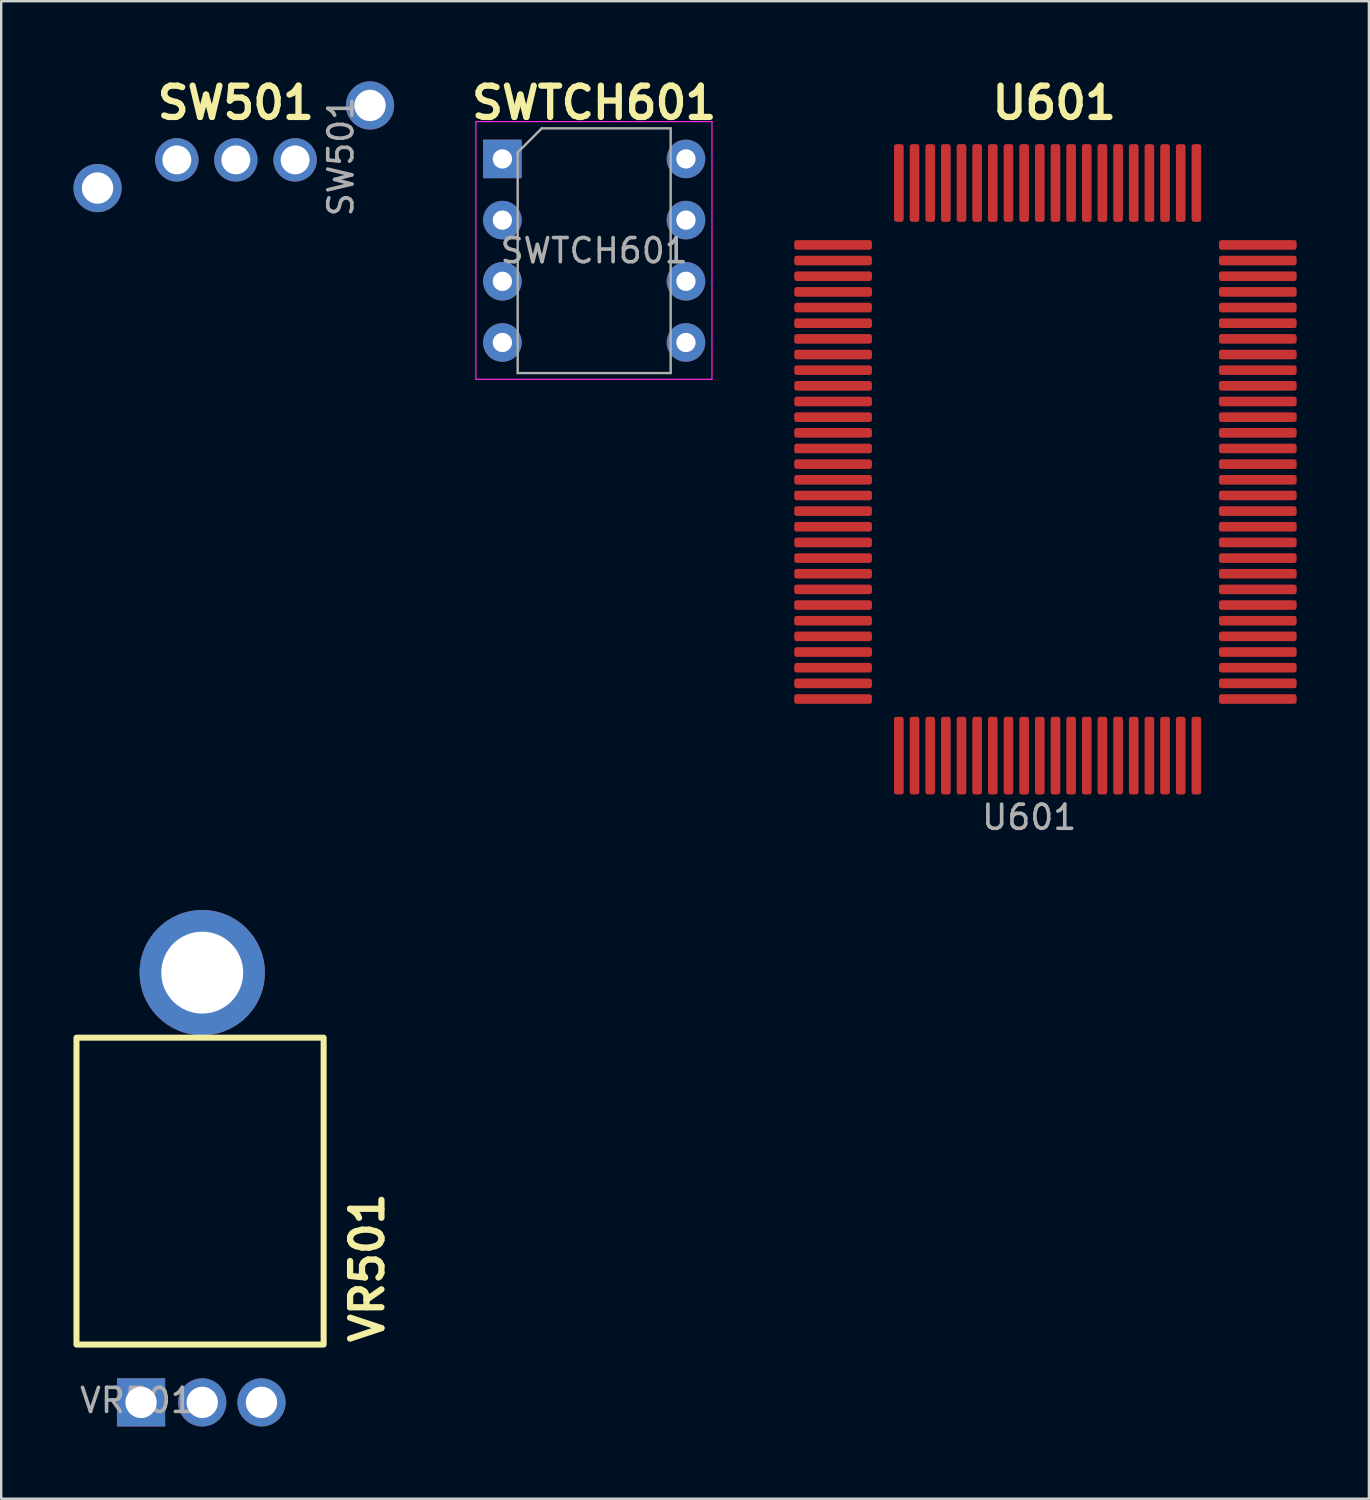
<source format=kicad_pcb>
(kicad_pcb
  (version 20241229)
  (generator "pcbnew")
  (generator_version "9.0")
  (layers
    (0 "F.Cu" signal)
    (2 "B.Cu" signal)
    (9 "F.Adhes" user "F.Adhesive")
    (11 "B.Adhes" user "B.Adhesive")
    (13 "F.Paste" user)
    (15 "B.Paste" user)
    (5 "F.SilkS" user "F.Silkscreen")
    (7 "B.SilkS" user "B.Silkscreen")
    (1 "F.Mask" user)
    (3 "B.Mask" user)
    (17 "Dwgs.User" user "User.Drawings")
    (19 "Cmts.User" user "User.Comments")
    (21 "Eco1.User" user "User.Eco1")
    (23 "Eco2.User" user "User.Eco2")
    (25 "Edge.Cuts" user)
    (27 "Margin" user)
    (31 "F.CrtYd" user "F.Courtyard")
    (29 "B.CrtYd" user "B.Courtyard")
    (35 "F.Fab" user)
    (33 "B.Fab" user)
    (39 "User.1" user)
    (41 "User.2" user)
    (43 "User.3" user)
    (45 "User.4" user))
  (footprint "VR501"
    (layer "F.Cu")
    (at 2.695 55.055)
    (property "Reference" "VR501" (at 9.5 -5.48 90) (layer "F.SilkS") (effects (font (size 1.3 1.3) (thickness 0.26) (bold yes))))
    (attr through_hole)
    (fp_rect (start -2.57 -15.03) (end 7.69 -2.29) (stroke (width 0.25) (type default)) (fill no) (layer "F.SilkS"))
    (fp_text user "${REFERENCE}" (at -0.06 0.03 0) (layer "F.Fab") (effects (font (size 1 1) (thickness 0.15))))
    (pad "1" thru_hole rect (at 0.11 0.11) (size 2 2) (drill 1.3) (layers "*.Cu" "*.Mask"))
    (pad "1" thru_hole circle (at 2.65 -17.73 180) (size 5.2 5.2) (drill 3.4) (layers "*.Cu" "*.Mask"))
    (pad "2" thru_hole circle (at 2.65 0.11) (size 2 2) (drill 1.3) (layers "*.Cu" "*.Mask"))
    (pad "3" thru_hole circle (at 5.11 0.11) (size 2 2) (drill 1.3) (layers "*.Cu" "*.Mask")))
  (footprint "U601"
    (layer "F.Cu")
    (at 31.523 7.117)
    (property "Reference" "U601" (at 9.19 -5.9 0) (layer "F.SilkS") (effects (font (size 1.3 1.3) (thickness 0.26) (bold yes))))
    (attr smd)
    (fp_text user "${REFERENCE}" (at 8.15 23.76 0) (layer "F.Fab") (effects (font (size 1 1) (thickness 0.15))))
    (pad "1" smd roundrect (at 0.01 0) (size 3.225 0.4) (layers "F.Cu" "F.Mask" "F.Paste") (roundrect_rratio 0.25))
    (pad "2" smd roundrect (at 0.01 0.65) (size 3.225 0.4) (layers "F.Cu" "F.Mask" "F.Paste") (roundrect_rratio 0.25))
    (pad "3" smd roundrect (at 0.01 1.3) (size 3.225 0.4) (layers "F.Cu" "F.Mask" "F.Paste") (roundrect_rratio 0.25))
    (pad "4" smd roundrect (at 0.01 1.95) (size 3.225 0.4) (layers "F.Cu" "F.Mask" "F.Paste") (roundrect_rratio 0.25))
    (pad "5" smd roundrect (at 0.01 2.6) (size 3.225 0.4) (layers "F.Cu" "F.Mask" "F.Paste") (roundrect_rratio 0.25))
    (pad "6" smd roundrect (at 0.01 3.25) (size 3.225 0.4) (layers "F.Cu" "F.Mask" "F.Paste") (roundrect_rratio 0.25))
    (pad "7" smd roundrect (at 0.01 3.9) (size 3.225 0.4) (layers "F.Cu" "F.Mask" "F.Paste") (roundrect_rratio 0.25))
    (pad "8" smd roundrect (at 0.01 4.55) (size 3.225 0.4) (layers "F.Cu" "F.Mask" "F.Paste") (roundrect_rratio 0.25))
    (pad "9" smd roundrect (at 0.01 5.2) (size 3.225 0.4) (layers "F.Cu" "F.Mask" "F.Paste") (roundrect_rratio 0.25))
    (pad "10" smd roundrect (at 0.01 5.85) (size 3.225 0.4) (layers "F.Cu" "F.Mask" "F.Paste") (roundrect_rratio 0.25))
    (pad "11" smd roundrect (at 0.01 6.5) (size 3.225 0.4) (layers "F.Cu" "F.Mask" "F.Paste") (roundrect_rratio 0.25))
    (pad "12" smd roundrect (at 0.01 7.15) (size 3.225 0.4) (layers "F.Cu" "F.Mask" "F.Paste") (roundrect_rratio 0.25))
    (pad "13" smd roundrect (at 0.01 7.8) (size 3.225 0.4) (layers "F.Cu" "F.Mask" "F.Paste") (roundrect_rratio 0.25))
    (pad "14" smd roundrect (at 0.01 8.45) (size 3.225 0.4) (layers "F.Cu" "F.Mask" "F.Paste") (roundrect_rratio 0.25))
    (pad "15" smd roundrect (at 0.01 9.1) (size 3.225 0.4) (layers "F.Cu" "F.Mask" "F.Paste") (roundrect_rratio 0.25))
    (pad "16" smd roundrect (at 0.01 9.75) (size 3.225 0.4) (layers "F.Cu" "F.Mask" "F.Paste") (roundrect_rratio 0.25))
    (pad "17" smd roundrect (at 0.01 10.4) (size 3.225 0.4) (layers "F.Cu" "F.Mask" "F.Paste") (roundrect_rratio 0.25))
    (pad "18" smd roundrect (at 0.01 11.05) (size 3.225 0.4) (layers "F.Cu" "F.Mask" "F.Paste") (roundrect_rratio 0.25))
    (pad "19" smd roundrect (at 0.01 11.7) (size 3.225 0.4) (layers "F.Cu" "F.Mask" "F.Paste") (roundrect_rratio 0.25))
    (pad "20" smd roundrect (at 0.01 12.35) (size 3.225 0.4) (layers "F.Cu" "F.Mask" "F.Paste") (roundrect_rratio 0.25))
    (pad "21" smd roundrect (at 0.01 13) (size 3.225 0.4) (layers "F.Cu" "F.Mask" "F.Paste") (roundrect_rratio 0.25))
    (pad "22" smd roundrect (at 0.01 13.65) (size 3.225 0.4) (layers "F.Cu" "F.Mask" "F.Paste") (roundrect_rratio 0.25))
    (pad "23" smd roundrect (at 0.01 14.3) (size 3.225 0.4) (layers "F.Cu" "F.Mask" "F.Paste") (roundrect_rratio 0.25))
    (pad "24" smd roundrect (at 0.01 14.95) (size 3.225 0.4) (layers "F.Cu" "F.Mask" "F.Paste") (roundrect_rratio 0.25))
    (pad "25" smd roundrect (at 0.01 15.6) (size 3.225 0.4) (layers "F.Cu" "F.Mask" "F.Paste") (roundrect_rratio 0.25))
    (pad "26" smd roundrect (at 0.01 16.25) (size 3.225 0.4) (layers "F.Cu" "F.Mask" "F.Paste") (roundrect_rratio 0.25))
    (pad "27" smd roundrect (at 0.01 16.9) (size 3.225 0.4) (layers "F.Cu" "F.Mask" "F.Paste") (roundrect_rratio 0.25))
    (pad "28" smd roundrect (at 0.01 17.55) (size 3.225 0.4) (layers "F.Cu" "F.Mask" "F.Paste") (roundrect_rratio 0.25))
    (pad "29" smd roundrect (at 0.01 18.2) (size 3.225 0.4) (layers "F.Cu" "F.Mask" "F.Paste") (roundrect_rratio 0.25))
    (pad "30" smd roundrect (at 0.01 18.85) (size 3.225 0.4) (layers "F.Cu" "F.Mask" "F.Paste") (roundrect_rratio 0.25))
    (pad "31" smd roundrect (at 2.74 21.2 90) (size 3.225 0.4) (layers "F.Cu" "F.Mask" "F.Paste") (roundrect_rratio 0.25))
    (pad "32" smd roundrect (at 3.39 21.2 90) (size 3.225 0.4) (layers "F.Cu" "F.Mask" "F.Paste") (roundrect_rratio 0.25))
    (pad "33" smd roundrect (at 4.04 21.2 90) (size 3.225 0.4) (layers "F.Cu" "F.Mask" "F.Paste") (roundrect_rratio 0.25))
    (pad "34" smd roundrect (at 4.69 21.2 90) (size 3.225 0.4) (layers "F.Cu" "F.Mask" "F.Paste") (roundrect_rratio 0.25))
    (pad "35" smd roundrect (at 5.34 21.2 90) (size 3.225 0.4) (layers "F.Cu" "F.Mask" "F.Paste") (roundrect_rratio 0.25))
    (pad "36" smd roundrect (at 5.99 21.2 90) (size 3.225 0.4) (layers "F.Cu" "F.Mask" "F.Paste") (roundrect_rratio 0.25))
    (pad "37" smd roundrect (at 6.64 21.2 90) (size 3.225 0.4) (layers "F.Cu" "F.Mask" "F.Paste") (roundrect_rratio 0.25))
    (pad "38" smd roundrect (at 7.29 21.2 90) (size 3.225 0.4) (layers "F.Cu" "F.Mask" "F.Paste") (roundrect_rratio 0.25))
    (pad "39" smd roundrect (at 7.94 21.2 90) (size 3.225 0.4) (layers "F.Cu" "F.Mask" "F.Paste") (roundrect_rratio 0.25))
    (pad "40" smd roundrect (at 8.59 21.2 90) (size 3.225 0.4) (layers "F.Cu" "F.Mask" "F.Paste") (roundrect_rratio 0.25))
    (pad "41" smd roundrect (at 9.24 21.2 90) (size 3.225 0.4) (layers "F.Cu" "F.Mask" "F.Paste") (roundrect_rratio 0.25))
    (pad "42" smd roundrect (at 9.89 21.2 90) (size 3.225 0.4) (layers "F.Cu" "F.Mask" "F.Paste") (roundrect_rratio 0.25))
    (pad "43" smd roundrect (at 10.54 21.2 90) (size 3.225 0.4) (layers "F.Cu" "F.Mask" "F.Paste") (roundrect_rratio 0.25))
    (pad "44" smd roundrect (at 11.19 21.2 90) (size 3.225 0.4) (layers "F.Cu" "F.Mask" "F.Paste") (roundrect_rratio 0.25))
    (pad "45" smd roundrect (at 11.84 21.2 90) (size 3.225 0.4) (layers "F.Cu" "F.Mask" "F.Paste") (roundrect_rratio 0.25))
    (pad "46" smd roundrect (at 12.49 21.2 90) (size 3.225 0.4) (layers "F.Cu" "F.Mask" "F.Paste") (roundrect_rratio 0.25))
    (pad "47" smd roundrect (at 13.14 21.2 90) (size 3.225 0.4) (layers "F.Cu" "F.Mask" "F.Paste") (roundrect_rratio 0.25))
    (pad "48" smd roundrect (at 13.79 21.2 90) (size 3.225 0.4) (layers "F.Cu" "F.Mask" "F.Paste") (roundrect_rratio 0.25))
    (pad "49" smd roundrect (at 14.44 21.2 90) (size 3.225 0.4) (layers "F.Cu" "F.Mask" "F.Paste") (roundrect_rratio 0.25))
    (pad "50" smd roundrect (at 15.09 21.2 90) (size 3.225 0.4) (layers "F.Cu" "F.Mask" "F.Paste") (roundrect_rratio 0.25))
    (pad "51" smd roundrect (at 17.64 18.85) (size 3.225 0.4) (layers "F.Cu" "F.Mask" "F.Paste") (roundrect_rratio 0.25))
    (pad "52" smd roundrect (at 17.64 18.2) (size 3.225 0.4) (layers "F.Cu" "F.Mask" "F.Paste") (roundrect_rratio 0.25))
    (pad "53" smd roundrect (at 17.64 17.55) (size 3.225 0.4) (layers "F.Cu" "F.Mask" "F.Paste") (roundrect_rratio 0.25))
    (pad "54" smd roundrect (at 17.64 16.9) (size 3.225 0.4) (layers "F.Cu" "F.Mask" "F.Paste") (roundrect_rratio 0.25))
    (pad "55" smd roundrect (at 17.64 16.25) (size 3.225 0.4) (layers "F.Cu" "F.Mask" "F.Paste") (roundrect_rratio 0.25))
    (pad "56" smd roundrect (at 17.64 15.6) (size 3.225 0.4) (layers "F.Cu" "F.Mask" "F.Paste") (roundrect_rratio 0.25))
    (pad "57" smd roundrect (at 17.64 14.95) (size 3.225 0.4) (layers "F.Cu" "F.Mask" "F.Paste") (roundrect_rratio 0.25))
    (pad "58" smd roundrect (at 17.64 14.3) (size 3.225 0.4) (layers "F.Cu" "F.Mask" "F.Paste") (roundrect_rratio 0.25))
    (pad "59" smd roundrect (at 17.64 13.65) (size 3.225 0.4) (layers "F.Cu" "F.Mask" "F.Paste") (roundrect_rratio 0.25))
    (pad "60" smd roundrect (at 17.64 13) (size 3.225 0.4) (layers "F.Cu" "F.Mask" "F.Paste") (roundrect_rratio 0.25))
    (pad "61" smd roundrect (at 17.64 12.35) (size 3.225 0.4) (layers "F.Cu" "F.Mask" "F.Paste") (roundrect_rratio 0.25))
    (pad "62" smd roundrect (at 17.64 11.7) (size 3.225 0.4) (layers "F.Cu" "F.Mask" "F.Paste") (roundrect_rratio 0.25))
    (pad "63" smd roundrect (at 17.64 11.05) (size 3.225 0.4) (layers "F.Cu" "F.Mask" "F.Paste") (roundrect_rratio 0.25))
    (pad "64" smd roundrect (at 17.64 10.4) (size 3.225 0.4) (layers "F.Cu" "F.Mask" "F.Paste") (roundrect_rratio 0.25))
    (pad "65" smd roundrect (at 17.64 9.75) (size 3.225 0.4) (layers "F.Cu" "F.Mask" "F.Paste") (roundrect_rratio 0.25))
    (pad "66" smd roundrect (at 17.64 9.1) (size 3.225 0.4) (layers "F.Cu" "F.Mask" "F.Paste") (roundrect_rratio 0.25))
    (pad "67" smd roundrect (at 17.64 8.45) (size 3.225 0.4) (layers "F.Cu" "F.Mask" "F.Paste") (roundrect_rratio 0.25))
    (pad "68" smd roundrect (at 17.64 7.8) (size 3.225 0.4) (layers "F.Cu" "F.Mask" "F.Paste") (roundrect_rratio 0.25))
    (pad "69" smd roundrect (at 17.64 7.15) (size 3.225 0.4) (layers "F.Cu" "F.Mask" "F.Paste") (roundrect_rratio 0.25))
    (pad "70" smd roundrect (at 17.64 6.5) (size 3.225 0.4) (layers "F.Cu" "F.Mask" "F.Paste") (roundrect_rratio 0.25))
    (pad "71" smd roundrect (at 17.64 5.85) (size 3.225 0.4) (layers "F.Cu" "F.Mask" "F.Paste") (roundrect_rratio 0.25))
    (pad "72" smd roundrect (at 17.64 5.2) (size 3.225 0.4) (layers "F.Cu" "F.Mask" "F.Paste") (roundrect_rratio 0.25))
    (pad "73" smd roundrect (at 17.64 4.55) (size 3.225 0.4) (layers "F.Cu" "F.Mask" "F.Paste") (roundrect_rratio 0.25))
    (pad "74" smd roundrect (at 17.64 3.9) (size 3.225 0.4) (layers "F.Cu" "F.Mask" "F.Paste") (roundrect_rratio 0.25))
    (pad "75" smd roundrect (at 17.64 3.25) (size 3.225 0.4) (layers "F.Cu" "F.Mask" "F.Paste") (roundrect_rratio 0.25))
    (pad "76" smd roundrect (at 17.64 2.6) (size 3.225 0.4) (layers "F.Cu" "F.Mask" "F.Paste") (roundrect_rratio 0.25))
    (pad "77" smd roundrect (at 17.64 1.95) (size 3.225 0.4) (layers "F.Cu" "F.Mask" "F.Paste") (roundrect_rratio 0.25))
    (pad "78" smd roundrect (at 17.64 1.3) (size 3.225 0.4) (layers "F.Cu" "F.Mask" "F.Paste") (roundrect_rratio 0.25))
    (pad "79" smd roundrect (at 17.64 0.65) (size 3.225 0.4) (layers "F.Cu" "F.Mask" "F.Paste") (roundrect_rratio 0.25))
    (pad "80" smd roundrect (at 17.64 0) (size 3.225 0.4) (layers "F.Cu" "F.Mask" "F.Paste") (roundrect_rratio 0.25))
    (pad "81" smd roundrect (at 15.09 -2.57 90) (size 3.225 0.4) (layers "F.Cu" "F.Mask" "F.Paste") (roundrect_rratio 0.25))
    (pad "82" smd roundrect (at 14.44 -2.57 90) (size 3.225 0.4) (layers "F.Cu" "F.Mask" "F.Paste") (roundrect_rratio 0.25))
    (pad "83" smd roundrect (at 13.79 -2.57 90) (size 3.225 0.4) (layers "F.Cu" "F.Mask" "F.Paste") (roundrect_rratio 0.25))
    (pad "84" smd roundrect (at 13.14 -2.57 90) (size 3.225 0.4) (layers "F.Cu" "F.Mask" "F.Paste") (roundrect_rratio 0.25))
    (pad "85" smd roundrect (at 12.49 -2.57 90) (size 3.225 0.4) (layers "F.Cu" "F.Mask" "F.Paste") (roundrect_rratio 0.25))
    (pad "86" smd roundrect (at 11.84 -2.57 90) (size 3.225 0.4) (layers "F.Cu" "F.Mask" "F.Paste") (roundrect_rratio 0.25))
    (pad "87" smd roundrect (at 11.19 -2.57 90) (size 3.225 0.4) (layers "F.Cu" "F.Mask" "F.Paste") (roundrect_rratio 0.25))
    (pad "88" smd roundrect (at 10.54 -2.57 90) (size 3.225 0.4) (layers "F.Cu" "F.Mask" "F.Paste") (roundrect_rratio 0.25))
    (pad "89" smd roundrect (at 9.89 -2.57 90) (size 3.225 0.4) (layers "F.Cu" "F.Mask" "F.Paste") (roundrect_rratio 0.25))
    (pad "90" smd roundrect (at 9.24 -2.57 90) (size 3.225 0.4) (layers "F.Cu" "F.Mask" "F.Paste") (roundrect_rratio 0.25))
    (pad "91" smd roundrect (at 8.59 -2.57 90) (size 3.225 0.4) (layers "F.Cu" "F.Mask" "F.Paste") (roundrect_rratio 0.25))
    (pad "92" smd roundrect (at 7.94 -2.57 90) (size 3.225 0.4) (layers "F.Cu" "F.Mask" "F.Paste") (roundrect_rratio 0.25))
    (pad "93" smd roundrect (at 7.29 -2.57 90) (size 3.225 0.4) (layers "F.Cu" "F.Mask" "F.Paste") (roundrect_rratio 0.25))
    (pad "94" smd roundrect (at 6.64 -2.57 90) (size 3.225 0.4) (layers "F.Cu" "F.Mask" "F.Paste") (roundrect_rratio 0.25))
    (pad "95" smd roundrect (at 5.99 -2.57 90) (size 3.225 0.4) (layers "F.Cu" "F.Mask" "F.Paste") (roundrect_rratio 0.25))
    (pad "96" smd roundrect (at 5.34 -2.57 90) (size 3.225 0.4) (layers "F.Cu" "F.Mask" "F.Paste") (roundrect_rratio 0.25))
    (pad "97" smd roundrect (at 4.69 -2.57 90) (size 3.225 0.4) (layers "F.Cu" "F.Mask" "F.Paste") (roundrect_rratio 0.25))
    (pad "98" smd roundrect (at 4.04 -2.57 90) (size 3.225 0.4) (layers "F.Cu" "F.Mask" "F.Paste") (roundrect_rratio 0.25))
    (pad "99" smd roundrect (at 3.39 -2.57 90) (size 3.225 0.4) (layers "F.Cu" "F.Mask" "F.Paste") (roundrect_rratio 0.25))
    (pad "100" smd roundrect (at 2.74 -2.57 90) (size 3.225 0.4) (layers "F.Cu" "F.Mask" "F.Paste") (roundrect_rratio 0.25)))
  (footprint "SW501"
    (layer "F.Cu")
    (at 6.74 3.547)
    (property "Reference" "SW501" (at 0 -2.33 0) (layer "F.SilkS") (effects (font (size 1.3 1.3) (thickness 0.26) (bold yes))))
    (attr through_hole)
    (fp_text user "${REFERENCE}" (at 4.36 -0.1 90) (layer "F.Fab") (effects (font (size 1 1) (thickness 0.15))))
    (pad "1" thru_hole circle (at -2.45 0.04) (size 1.8 1.8) (drill 1.2) (layers "*.Cu" "*.Mask"))
    (pad "2" thru_hole circle (at -5.74 1.21) (size 2 2) (drill 1.3) (layers "*.Cu" "*.Mask"))
    (pad "2" thru_hole circle (at 0 0.04) (size 1.8 1.8) (drill 1.2) (layers "*.Cu" "*.Mask"))
    (pad "2" thru_hole circle (at 5.57 -2.22) (size 2 2) (drill 1.3) (layers "*.Cu" "*.Mask"))
    (pad "3" thru_hole circle (at 2.46 0.04) (size 1.8 1.8) (drill 1.2) (layers "*.Cu" "*.Mask")))
  (footprint "SWTCH601"
    (layer "F.Cu")
    (at 17.805 3.547)
    (property "Reference" "SWTCH601" (at 3.81 -2.33 180) (layer "F.SilkS") (effects (font (size 1.3 1.3) (thickness 0.26) (bold yes))))
    (attr through_hole)
    (fp_line (start -1.1 -1.55) (end -1.1 9.15) (stroke (width 0.05) (type solid)) (layer "F.CrtYd"))
    (fp_line (start -1.1 9.15) (end 8.7 9.15) (stroke (width 0.05) (type solid)) (layer "F.CrtYd"))
    (fp_line (start 8.7 -1.55) (end -1.1 -1.55) (stroke (width 0.05) (type solid)) (layer "F.CrtYd"))
    (fp_line (start 8.7 9.15) (end 8.7 -1.55) (stroke (width 0.05) (type solid)) (layer "F.CrtYd"))
    (fp_line (start 0.635 -0.27) (end 1.635 -1.27) (stroke (width 0.1) (type solid)) (layer "F.Fab"))
    (fp_line (start 0.635 8.89) (end 0.635 -0.27) (stroke (width 0.1) (type solid)) (layer "F.Fab"))
    (fp_line (start 1.635 -1.27) (end 6.985 -1.27) (stroke (width 0.1) (type solid)) (layer "F.Fab"))
    (fp_line (start 6.985 -1.27) (end 6.985 8.89) (stroke (width 0.1) (type solid)) (layer "F.Fab"))
    (fp_line (start 6.985 8.89) (end 0.635 8.89) (stroke (width 0.1) (type solid)) (layer "F.Fab"))
    (fp_text user "${REFERENCE}" (at 3.81 3.81 180) (layer "F.Fab") (effects (font (size 1 1) (thickness 0.15))))
    (pad "1" thru_hole rect (at 0 0) (size 1.6 1.6) (drill 0.8) (layers "*.Cu" "*.Mask"))
    (pad "2" thru_hole oval (at 0 2.54) (size 1.6 1.6) (drill 0.8) (layers "*.Cu" "*.Mask"))
    (pad "3" thru_hole oval (at 0 5.08) (size 1.6 1.6) (drill 0.8) (layers "*.Cu" "*.Mask"))
    (pad "4" thru_hole oval (at 0 7.62) (size 1.6 1.6) (drill 0.8) (layers "*.Cu" "*.Mask"))
    (pad "5" thru_hole oval (at 7.62 7.62) (size 1.6 1.6) (drill 0.8) (layers "*.Cu" "*.Mask"))
    (pad "6" thru_hole oval (at 7.62 5.08) (size 1.6 1.6) (drill 0.8) (layers "*.Cu" "*.Mask"))
    (pad "7" thru_hole oval (at 7.62 2.54) (size 1.6 1.6) (drill 0.8) (layers "*.Cu" "*.Mask"))
    (pad "8" thru_hole oval (at 7.62 0) (size 1.6 1.6) (drill 0.8) (layers "*.Cu" "*.Mask")))
  (gr_rect
    (start -3 -3)
    (end 53.775 59.165)
    (stroke (width 0.1) (type default))
    (fill no)
    (layer "Edge.Cuts")))
</source>
